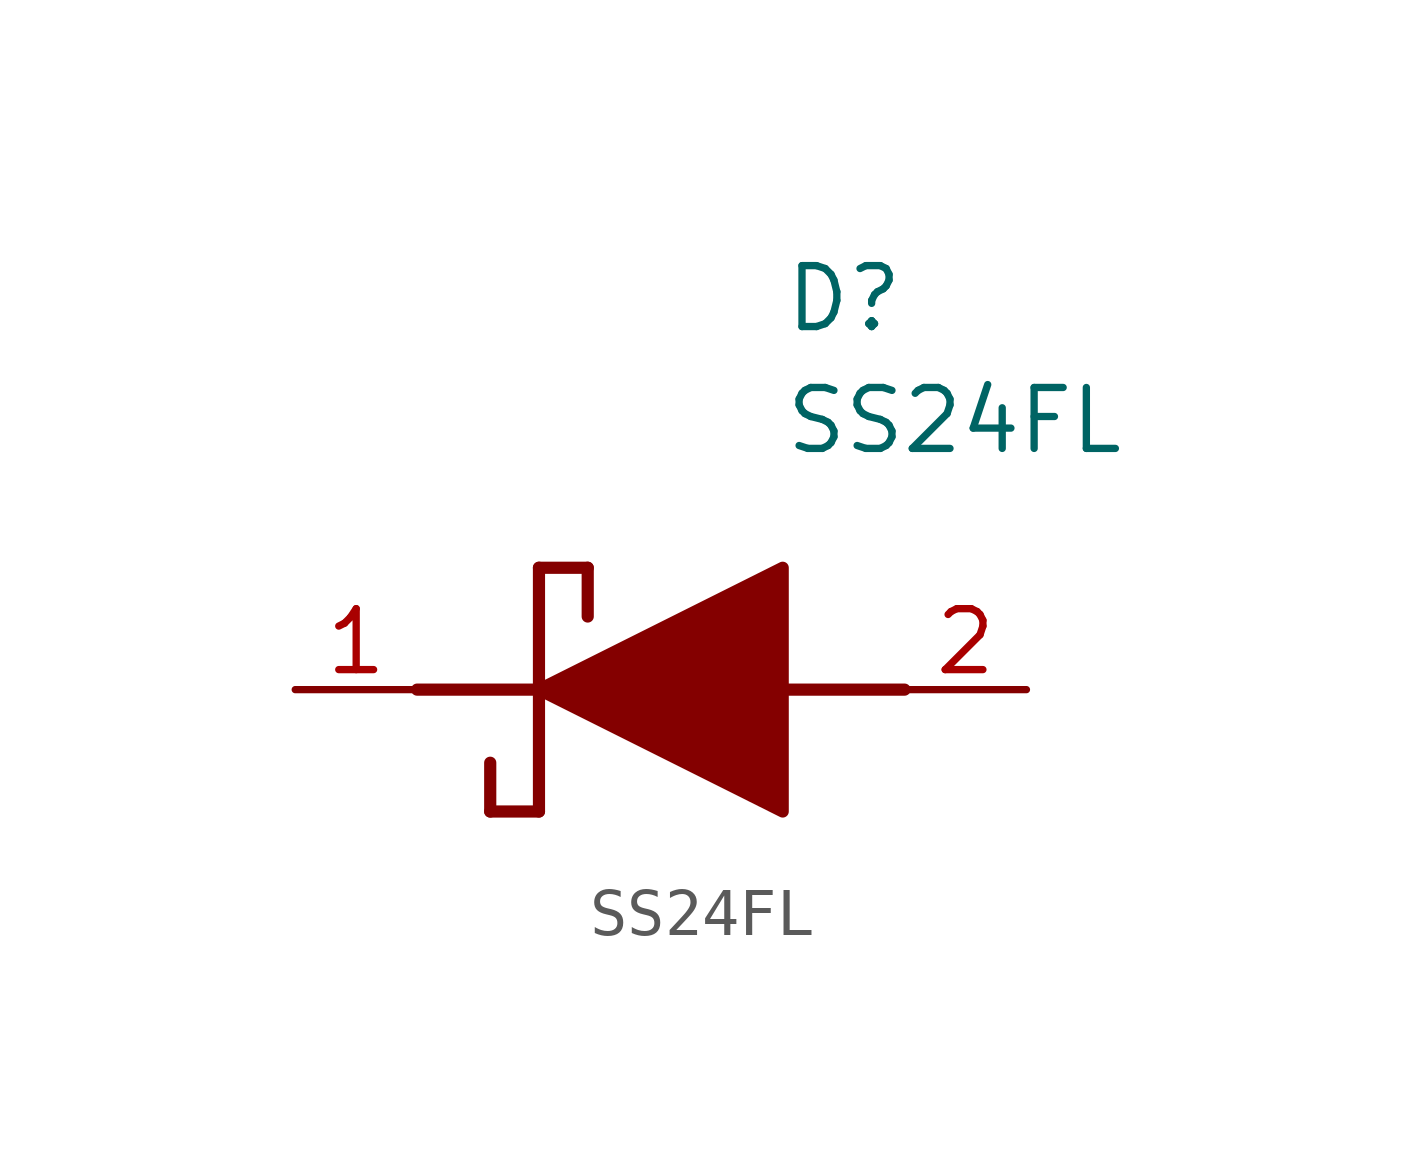
<source format=kicad_sym>
(kicad_symbol_lib
  (version 20211014)
  (generator SamacSys_ECAD_Model)
  (symbol "SS24FL"
    (pin_names hide)
    (property "Reference" "D"
      (at 12.7 8.89 0)
      (effects (font (size 1.27 1.27)) (justify left top)))
    (property "Value" "SS24FL"
      (at 12.7 6.35 0)
      (effects (font (size 1.27 1.27)) (justify left top)))
    (polyline
      (pts (xy 7.62 2.54) (xy 7.62 -2.54))
      (stroke (width 0.254) (type default))
      (fill (type none)))
    (polyline
      (pts (xy 7.62 2.54) (xy 8.636 2.54))
      (stroke (width 0.254) (type default))
      (fill (type none)))
    (polyline
      (pts (xy 8.636 1.524) (xy 8.636 2.54))
      (stroke (width 0.254) (type default))
      (fill (type none)))
    (polyline
      (pts (xy 7.62 -2.54) (xy 6.604 -2.54))
      (stroke (width 0.254) (type default))
      (fill (type none)))
    (polyline
      (pts (xy 6.604 -1.524) (xy 6.604 -2.54))
      (stroke (width 0.254) (type default))
      (fill (type none)))
    (polyline
      (pts (xy 5.08 0) (xy 7.62 0))
      (stroke (width 0.254) (type default))
      (fill (type none)))
    (polyline
      (pts (xy 12.7 0) (xy 15.24 0))
      (stroke (width 0.254) (type default))
      (fill (type none)))
    (polyline
      (pts (xy 7.62 0) (xy 12.7 2.54) (xy 12.7 -2.54) (xy 7.62 0))
      (stroke (width 0.254) (type default))
      (fill (type outline)))
    (pin passive line
      (at 2.54 0 0)
      (length 2.54)
      (name "K" (effects (font (size 1.27 1.27))))
      (number "1" (effects (font (size 1.27 1.27)))))
    (pin passive line
      (at 17.78 0 180)
      (length 2.54)
      (name "A" (effects (font (size 1.27 1.27))))
      (number "2" (effects (font (size 1.27 1.27)))))))
</source>
